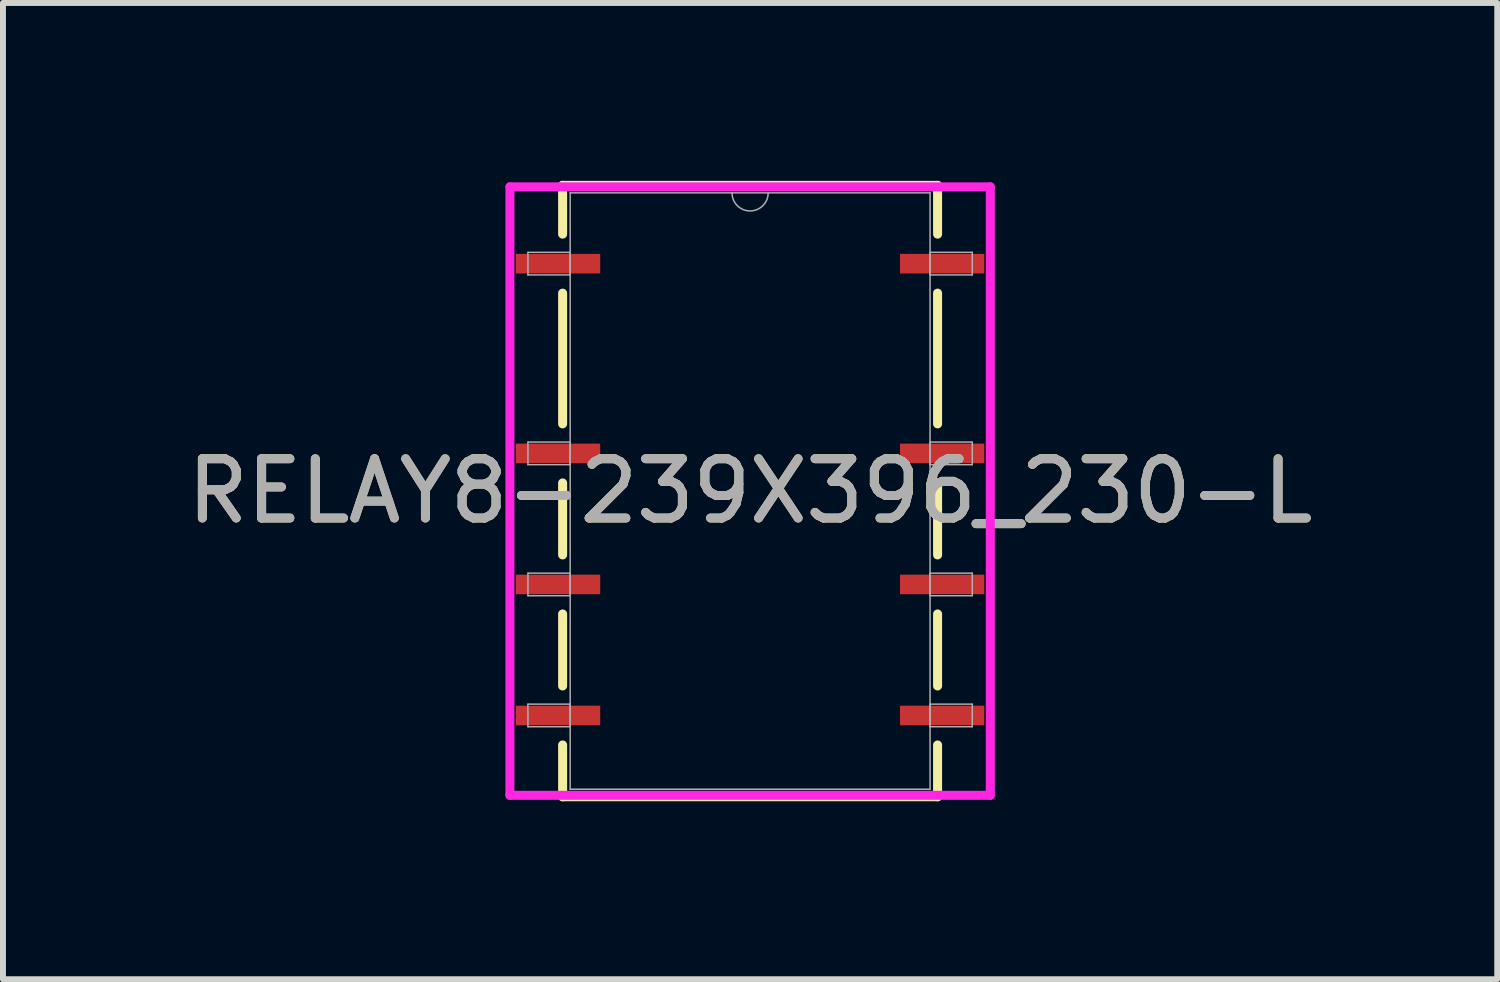
<source format=kicad_pcb>
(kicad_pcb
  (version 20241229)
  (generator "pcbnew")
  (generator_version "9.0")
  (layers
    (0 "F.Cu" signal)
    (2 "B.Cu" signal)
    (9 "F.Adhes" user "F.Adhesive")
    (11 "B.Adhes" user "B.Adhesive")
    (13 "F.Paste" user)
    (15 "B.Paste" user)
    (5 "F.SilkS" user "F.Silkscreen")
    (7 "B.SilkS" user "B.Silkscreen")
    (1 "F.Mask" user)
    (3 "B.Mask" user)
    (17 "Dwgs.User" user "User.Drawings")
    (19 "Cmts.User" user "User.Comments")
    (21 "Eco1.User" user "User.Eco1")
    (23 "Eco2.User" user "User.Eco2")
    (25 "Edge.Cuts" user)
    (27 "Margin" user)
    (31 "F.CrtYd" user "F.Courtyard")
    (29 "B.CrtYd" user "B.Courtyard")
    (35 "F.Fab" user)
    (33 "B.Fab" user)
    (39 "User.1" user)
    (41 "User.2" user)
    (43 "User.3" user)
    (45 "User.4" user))
  (footprint "RELAY8-239X396_230-L"
    (layer "F.Cu")
    (at 9.601 5.232)
    (property "Reference" "RELAY8-239X396_230-L" (at 0 0 0) (unlocked yes) (layer "F.SilkS") (effects (font (size 1 1) (thickness 0.15))))
    (attr smd)
    (fp_line (start -3.162 -5.156) (end -3.162 -4.333) (stroke (width 0.152) (type solid)) (layer "F.SilkS"))
    (fp_line (start -3.162 -3.338) (end -3.162 -1.133) (stroke (width 0.152) (type solid)) (layer "F.SilkS"))
    (fp_line (start -3.162 -0.137) (end -3.162 1.077) (stroke (width 0.152) (type solid)) (layer "F.SilkS"))
    (fp_line (start -3.162 2.073) (end -3.162 3.287) (stroke (width 0.152) (type solid)) (layer "F.SilkS"))
    (fp_line (start -3.162 4.282) (end -3.162 5.156) (stroke (width 0.152) (type solid)) (layer "F.SilkS"))
    (fp_line (start -3.162 5.156) (end 3.162 5.156) (stroke (width 0.152) (type solid)) (layer "F.SilkS"))
    (fp_line (start 3.162 -5.156) (end -3.162 -5.156) (stroke (width 0.152) (type solid)) (layer "F.SilkS"))
    (fp_line (start 3.162 -4.333) (end 3.162 -5.156) (stroke (width 0.152) (type solid)) (layer "F.SilkS"))
    (fp_line (start 3.162 -1.133) (end 3.162 -3.338) (stroke (width 0.152) (type solid)) (layer "F.SilkS"))
    (fp_line (start 3.162 1.077) (end 3.162 -0.137) (stroke (width 0.152) (type solid)) (layer "F.SilkS"))
    (fp_line (start 3.162 3.287) (end 3.162 2.073) (stroke (width 0.152) (type solid)) (layer "F.SilkS"))
    (fp_line (start 3.162 5.156) (end 3.162 4.282) (stroke (width 0.152) (type solid)) (layer "F.SilkS"))
    (fp_line (start -4.051 -5.131) (end 4.051 -5.131) (stroke (width 0.152) (type solid)) (layer "F.CrtYd"))
    (fp_line (start -4.051 5.131) (end -4.051 -5.131) (stroke (width 0.152) (type solid)) (layer "F.CrtYd"))
    (fp_line (start 4.051 -5.131) (end 4.051 5.131) (stroke (width 0.152) (type solid)) (layer "F.CrtYd"))
    (fp_line (start 4.051 5.131) (end -4.051 5.131) (stroke (width 0.152) (type solid)) (layer "F.CrtYd"))
    (fp_line (start -3.747 -4.026) (end -3.747 -3.645) (stroke (width 0.025) (type solid)) (layer "F.Fab"))
    (fp_line (start -3.747 -3.645) (end -3.035 -3.645) (stroke (width 0.025) (type solid)) (layer "F.Fab"))
    (fp_line (start -3.747 -0.826) (end -3.747 -0.445) (stroke (width 0.025) (type solid)) (layer "F.Fab"))
    (fp_line (start -3.747 -0.445) (end -3.035 -0.445) (stroke (width 0.025) (type solid)) (layer "F.Fab"))
    (fp_line (start -3.747 1.384) (end -3.747 1.765) (stroke (width 0.025) (type solid)) (layer "F.Fab"))
    (fp_line (start -3.747 1.765) (end -3.035 1.765) (stroke (width 0.025) (type solid)) (layer "F.Fab"))
    (fp_line (start -3.747 3.594) (end -3.747 3.975) (stroke (width 0.025) (type solid)) (layer "F.Fab"))
    (fp_line (start -3.747 3.975) (end -3.035 3.975) (stroke (width 0.025) (type solid)) (layer "F.Fab"))
    (fp_line (start -3.035 -5.029) (end -3.035 5.029) (stroke (width 0.025) (type solid)) (layer "F.Fab"))
    (fp_line (start -3.035 -4.026) (end -3.747 -4.026) (stroke (width 0.025) (type solid)) (layer "F.Fab"))
    (fp_line (start -3.035 -3.645) (end -3.035 -4.026) (stroke (width 0.025) (type solid)) (layer "F.Fab"))
    (fp_line (start -3.035 -0.826) (end -3.747 -0.826) (stroke (width 0.025) (type solid)) (layer "F.Fab"))
    (fp_line (start -3.035 -0.445) (end -3.035 -0.826) (stroke (width 0.025) (type solid)) (layer "F.Fab"))
    (fp_line (start -3.035 1.384) (end -3.747 1.384) (stroke (width 0.025) (type solid)) (layer "F.Fab"))
    (fp_line (start -3.035 1.765) (end -3.035 1.384) (stroke (width 0.025) (type solid)) (layer "F.Fab"))
    (fp_line (start -3.035 3.594) (end -3.747 3.594) (stroke (width 0.025) (type solid)) (layer "F.Fab"))
    (fp_line (start -3.035 3.975) (end -3.035 3.594) (stroke (width 0.025) (type solid)) (layer "F.Fab"))
    (fp_line (start -3.035 5.029) (end 3.035 5.029) (stroke (width 0.025) (type solid)) (layer "F.Fab"))
    (fp_line (start 3.035 -5.029) (end -3.035 -5.029) (stroke (width 0.025) (type solid)) (layer "F.Fab"))
    (fp_line (start 3.035 -4.026) (end 3.035 -3.645) (stroke (width 0.025) (type solid)) (layer "F.Fab"))
    (fp_line (start 3.035 -3.645) (end 3.747 -3.645) (stroke (width 0.025) (type solid)) (layer "F.Fab"))
    (fp_line (start 3.035 -0.826) (end 3.035 -0.445) (stroke (width 0.025) (type solid)) (layer "F.Fab"))
    (fp_line (start 3.035 -0.445) (end 3.747 -0.445) (stroke (width 0.025) (type solid)) (layer "F.Fab"))
    (fp_line (start 3.035 1.384) (end 3.035 1.765) (stroke (width 0.025) (type solid)) (layer "F.Fab"))
    (fp_line (start 3.035 1.765) (end 3.747 1.765) (stroke (width 0.025) (type solid)) (layer "F.Fab"))
    (fp_line (start 3.035 3.594) (end 3.035 3.975) (stroke (width 0.025) (type solid)) (layer "F.Fab"))
    (fp_line (start 3.035 3.975) (end 3.747 3.975) (stroke (width 0.025) (type solid)) (layer "F.Fab"))
    (fp_line (start 3.035 5.029) (end 3.035 -5.029) (stroke (width 0.025) (type solid)) (layer "F.Fab"))
    (fp_line (start 3.747 -4.026) (end 3.035 -4.026) (stroke (width 0.025) (type solid)) (layer "F.Fab"))
    (fp_line (start 3.747 -3.645) (end 3.747 -4.026) (stroke (width 0.025) (type solid)) (layer "F.Fab"))
    (fp_line (start 3.747 -0.826) (end 3.035 -0.826) (stroke (width 0.025) (type solid)) (layer "F.Fab"))
    (fp_line (start 3.747 -0.445) (end 3.747 -0.826) (stroke (width 0.025) (type solid)) (layer "F.Fab"))
    (fp_line (start 3.747 1.384) (end 3.035 1.384) (stroke (width 0.025) (type solid)) (layer "F.Fab"))
    (fp_line (start 3.747 1.765) (end 3.747 1.384) (stroke (width 0.025) (type solid)) (layer "F.Fab"))
    (fp_line (start 3.747 3.594) (end 3.035 3.594) (stroke (width 0.025) (type solid)) (layer "F.Fab"))
    (fp_line (start 3.747 3.975) (end 3.747 3.594) (stroke (width 0.025) (type solid)) (layer "F.Fab"))
    (fp_arc (start 0.3048 -5.0292) (mid 0 -4.7244) (end -0.3048 -5.0292) (stroke (width 0.0254) (type solid)) (layer "F.Fab"))
    (fp_text user "${REFERENCE}" (at 0 0 0) (unlocked yes) (layer "F.Fab") (effects (font (size 1 1) (thickness 0.15))))
    (pad "1" smd rect (at -3.239 -3.835) (size 1.422 0.33) (layers "F.Cu" "F.Mask" "F.Paste"))
    (pad "2" smd rect (at -3.239 -0.635) (size 1.422 0.33) (layers "F.Cu" "F.Mask" "F.Paste"))
    (pad "3" smd rect (at -3.239 1.575) (size 1.422 0.33) (layers "F.Cu" "F.Mask" "F.Paste"))
    (pad "4" smd rect (at -3.239 3.785) (size 1.422 0.33) (layers "F.Cu" "F.Mask" "F.Paste"))
    (pad "5" smd rect (at 3.239 3.785) (size 1.422 0.33) (layers "F.Cu" "F.Mask" "F.Paste"))
    (pad "6" smd rect (at 3.239 1.575) (size 1.422 0.33) (layers "F.Cu" "F.Mask" "F.Paste"))
    (pad "7" smd rect (at 3.239 -0.635) (size 1.422 0.33) (layers "F.Cu" "F.Mask" "F.Paste"))
    (pad "8" smd rect (at 3.239 -3.835) (size 1.422 0.33) (layers "F.Cu" "F.Mask" "F.Paste")))
  (gr_rect
    (start -3 -3)
    (end 22.202 13.465)
    (stroke (width 0.1) (type default))
    (fill no)
    (layer "Edge.Cuts")))
</source>
